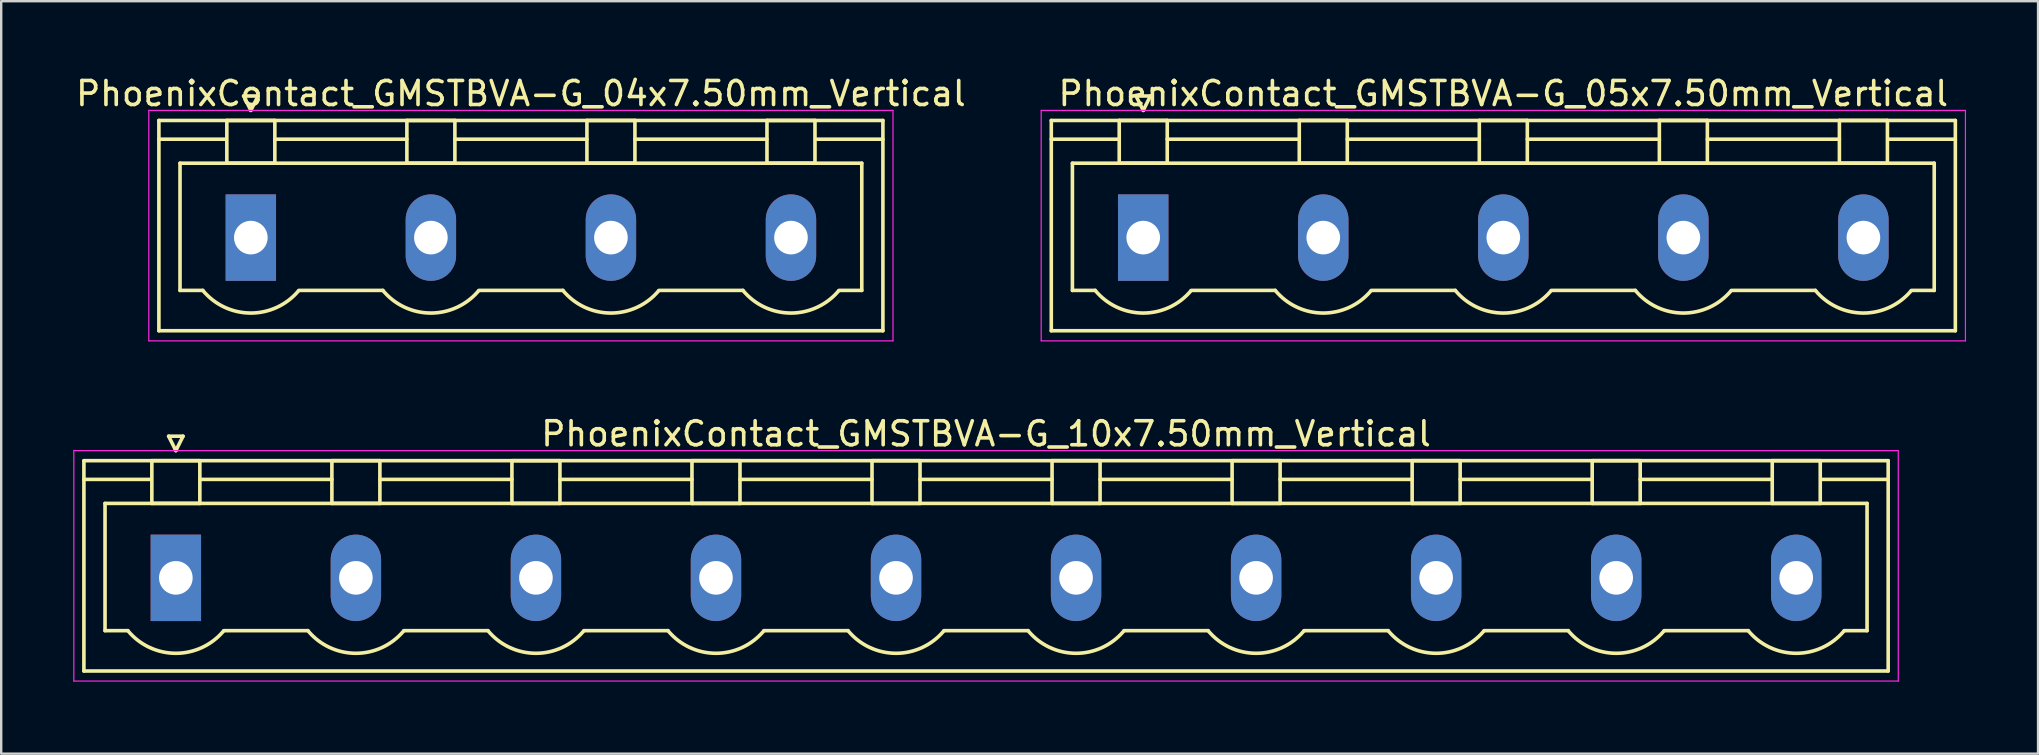
<source format=kicad_pcb>
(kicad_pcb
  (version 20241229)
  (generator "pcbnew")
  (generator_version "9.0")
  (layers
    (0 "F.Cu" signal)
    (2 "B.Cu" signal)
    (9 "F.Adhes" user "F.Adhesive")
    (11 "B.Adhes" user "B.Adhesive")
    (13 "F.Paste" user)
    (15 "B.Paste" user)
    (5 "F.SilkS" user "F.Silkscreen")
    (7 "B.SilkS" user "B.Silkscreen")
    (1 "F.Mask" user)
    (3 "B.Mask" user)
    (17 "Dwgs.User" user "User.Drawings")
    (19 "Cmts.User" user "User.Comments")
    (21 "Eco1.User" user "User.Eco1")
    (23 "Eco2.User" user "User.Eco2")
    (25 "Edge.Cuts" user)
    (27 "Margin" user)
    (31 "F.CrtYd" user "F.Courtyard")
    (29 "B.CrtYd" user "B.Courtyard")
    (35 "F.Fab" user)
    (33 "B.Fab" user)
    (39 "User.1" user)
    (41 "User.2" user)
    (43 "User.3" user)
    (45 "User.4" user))
  (footprint "PhoenixContact_GMSTBVA-G_10x7.50mm_Vertical"
    (layer "F.Cu")
    (at 4.275 21.021)
    (property "Reference" "PhoenixContact_GMSTBVA-G_10x7.50mm_Vertical" (at 33.75 -6 0) (layer "F.SilkS") (effects (font (size 1 1) (thickness 0.15))))
    (attr through_hole)
    (fp_line (start -3.83 -4.88) (end -3.83 3.88) (stroke (width 0.15) (type solid)) (layer "F.SilkS"))
    (fp_line (start -3.83 -4.1) (end -1.08 -4.1) (stroke (width 0.15) (type solid)) (layer "F.SilkS"))
    (fp_line (start -3.83 3.88) (end 71.33 3.88) (stroke (width 0.15) (type solid)) (layer "F.SilkS"))
    (fp_line (start -2.95 -3.1) (end 70.45 -3.1) (stroke (width 0.15) (type solid)) (layer "F.SilkS"))
    (fp_line (start -2.95 2.2) (end -2.95 -3.1) (stroke (width 0.15) (type solid)) (layer "F.SilkS"))
    (fp_line (start -2 2.2) (end -2.95 2.2) (stroke (width 0.15) (type solid)) (layer "F.SilkS"))
    (fp_line (start -1 -4.88) (end 1 -4.88) (stroke (width 0.15) (type solid)) (layer "F.SilkS"))
    (fp_line (start -1 -3.1) (end -1 -4.88) (stroke (width 0.15) (type solid)) (layer "F.SilkS"))
    (fp_line (start -0.3 -5.9) (end 0 -5.3) (stroke (width 0.15) (type solid)) (layer "F.SilkS"))
    (fp_line (start 0 -5.3) (end 0.3 -5.9) (stroke (width 0.15) (type solid)) (layer "F.SilkS"))
    (fp_line (start 0.3 -5.9) (end -0.3 -5.9) (stroke (width 0.15) (type solid)) (layer "F.SilkS"))
    (fp_line (start 1 -4.88) (end 1 -3.1) (stroke (width 0.15) (type solid)) (layer "F.SilkS"))
    (fp_line (start 1 -4.1) (end 6.5 -4.1) (stroke (width 0.15) (type solid)) (layer "F.SilkS"))
    (fp_line (start 1 -3.1) (end -1 -3.1) (stroke (width 0.15) (type solid)) (layer "F.SilkS"))
    (fp_line (start 2 2.2) (end 5.5 2.2) (stroke (width 0.15) (type solid)) (layer "F.SilkS"))
    (fp_line (start 6.5 -4.88) (end 8.5 -4.88) (stroke (width 0.15) (type solid)) (layer "F.SilkS"))
    (fp_line (start 6.5 -3.1) (end 6.5 -4.88) (stroke (width 0.15) (type solid)) (layer "F.SilkS"))
    (fp_line (start 8.5 -4.88) (end 8.5 -3.1) (stroke (width 0.15) (type solid)) (layer "F.SilkS"))
    (fp_line (start 8.5 -4.1) (end 14 -4.1) (stroke (width 0.15) (type solid)) (layer "F.SilkS"))
    (fp_line (start 8.5 -3.1) (end 6.5 -3.1) (stroke (width 0.15) (type solid)) (layer "F.SilkS"))
    (fp_line (start 9.5 2.2) (end 13 2.2) (stroke (width 0.15) (type solid)) (layer "F.SilkS"))
    (fp_line (start 14 -4.88) (end 16 -4.88) (stroke (width 0.15) (type solid)) (layer "F.SilkS"))
    (fp_line (start 14 -3.1) (end 14 -4.88) (stroke (width 0.15) (type solid)) (layer "F.SilkS"))
    (fp_line (start 16 -4.88) (end 16 -3.1) (stroke (width 0.15) (type solid)) (layer "F.SilkS"))
    (fp_line (start 16 -4.1) (end 21.5 -4.1) (stroke (width 0.15) (type solid)) (layer "F.SilkS"))
    (fp_line (start 16 -3.1) (end 14 -3.1) (stroke (width 0.15) (type solid)) (layer "F.SilkS"))
    (fp_line (start 17 2.2) (end 20.5 2.2) (stroke (width 0.15) (type solid)) (layer "F.SilkS"))
    (fp_line (start 21.5 -4.88) (end 23.5 -4.88) (stroke (width 0.15) (type solid)) (layer "F.SilkS"))
    (fp_line (start 21.5 -3.1) (end 21.5 -4.88) (stroke (width 0.15) (type solid)) (layer "F.SilkS"))
    (fp_line (start 23.5 -4.88) (end 23.5 -3.1) (stroke (width 0.15) (type solid)) (layer "F.SilkS"))
    (fp_line (start 23.5 -4.1) (end 29 -4.1) (stroke (width 0.15) (type solid)) (layer "F.SilkS"))
    (fp_line (start 23.5 -3.1) (end 21.5 -3.1) (stroke (width 0.15) (type solid)) (layer "F.SilkS"))
    (fp_line (start 24.5 2.2) (end 28 2.2) (stroke (width 0.15) (type solid)) (layer "F.SilkS"))
    (fp_line (start 29 -4.88) (end 31 -4.88) (stroke (width 0.15) (type solid)) (layer "F.SilkS"))
    (fp_line (start 29 -3.1) (end 29 -4.88) (stroke (width 0.15) (type solid)) (layer "F.SilkS"))
    (fp_line (start 31 -4.88) (end 31 -3.1) (stroke (width 0.15) (type solid)) (layer "F.SilkS"))
    (fp_line (start 31 -4.1) (end 36.5 -4.1) (stroke (width 0.15) (type solid)) (layer "F.SilkS"))
    (fp_line (start 31 -3.1) (end 29 -3.1) (stroke (width 0.15) (type solid)) (layer "F.SilkS"))
    (fp_line (start 32 2.2) (end 35.5 2.2) (stroke (width 0.15) (type solid)) (layer "F.SilkS"))
    (fp_line (start 36.5 -4.88) (end 38.5 -4.88) (stroke (width 0.15) (type solid)) (layer "F.SilkS"))
    (fp_line (start 36.5 -3.1) (end 36.5 -4.88) (stroke (width 0.15) (type solid)) (layer "F.SilkS"))
    (fp_line (start 38.5 -4.88) (end 38.5 -3.1) (stroke (width 0.15) (type solid)) (layer "F.SilkS"))
    (fp_line (start 38.5 -4.1) (end 44 -4.1) (stroke (width 0.15) (type solid)) (layer "F.SilkS"))
    (fp_line (start 38.5 -3.1) (end 36.5 -3.1) (stroke (width 0.15) (type solid)) (layer "F.SilkS"))
    (fp_line (start 39.5 2.2) (end 43 2.2) (stroke (width 0.15) (type solid)) (layer "F.SilkS"))
    (fp_line (start 44 -4.88) (end 46 -4.88) (stroke (width 0.15) (type solid)) (layer "F.SilkS"))
    (fp_line (start 44 -3.1) (end 44 -4.88) (stroke (width 0.15) (type solid)) (layer "F.SilkS"))
    (fp_line (start 46 -4.88) (end 46 -3.1) (stroke (width 0.15) (type solid)) (layer "F.SilkS"))
    (fp_line (start 46 -4.1) (end 51.5 -4.1) (stroke (width 0.15) (type solid)) (layer "F.SilkS"))
    (fp_line (start 46 -3.1) (end 44 -3.1) (stroke (width 0.15) (type solid)) (layer "F.SilkS"))
    (fp_line (start 47 2.2) (end 50.5 2.2) (stroke (width 0.15) (type solid)) (layer "F.SilkS"))
    (fp_line (start 51.5 -4.88) (end 53.5 -4.88) (stroke (width 0.15) (type solid)) (layer "F.SilkS"))
    (fp_line (start 51.5 -3.1) (end 51.5 -4.88) (stroke (width 0.15) (type solid)) (layer "F.SilkS"))
    (fp_line (start 53.5 -4.88) (end 53.5 -3.1) (stroke (width 0.15) (type solid)) (layer "F.SilkS"))
    (fp_line (start 53.5 -4.1) (end 59 -4.1) (stroke (width 0.15) (type solid)) (layer "F.SilkS"))
    (fp_line (start 53.5 -3.1) (end 51.5 -3.1) (stroke (width 0.15) (type solid)) (layer "F.SilkS"))
    (fp_line (start 54.5 2.2) (end 58 2.2) (stroke (width 0.15) (type solid)) (layer "F.SilkS"))
    (fp_line (start 59 -4.88) (end 61 -4.88) (stroke (width 0.15) (type solid)) (layer "F.SilkS"))
    (fp_line (start 59 -3.1) (end 59 -4.88) (stroke (width 0.15) (type solid)) (layer "F.SilkS"))
    (fp_line (start 61 -4.88) (end 61 -3.1) (stroke (width 0.15) (type solid)) (layer "F.SilkS"))
    (fp_line (start 61 -4.1) (end 66.5 -4.1) (stroke (width 0.15) (type solid)) (layer "F.SilkS"))
    (fp_line (start 61 -3.1) (end 59 -3.1) (stroke (width 0.15) (type solid)) (layer "F.SilkS"))
    (fp_line (start 62 2.2) (end 65.5 2.2) (stroke (width 0.15) (type solid)) (layer "F.SilkS"))
    (fp_line (start 66.5 -4.88) (end 68.5 -4.88) (stroke (width 0.15) (type solid)) (layer "F.SilkS"))
    (fp_line (start 66.5 -3.1) (end 66.5 -4.88) (stroke (width 0.15) (type solid)) (layer "F.SilkS"))
    (fp_line (start 68.5 -4.88) (end 68.5 -3.1) (stroke (width 0.15) (type solid)) (layer "F.SilkS"))
    (fp_line (start 68.5 -3.1) (end 66.5 -3.1) (stroke (width 0.15) (type solid)) (layer "F.SilkS"))
    (fp_line (start 70.45 -3.1) (end 70.45 2.2) (stroke (width 0.15) (type solid)) (layer "F.SilkS"))
    (fp_line (start 70.45 2.2) (end 69.5 2.2) (stroke (width 0.15) (type solid)) (layer "F.SilkS"))
    (fp_line (start 71.33 -4.88) (end -3.83 -4.88) (stroke (width 0.15) (type solid)) (layer "F.SilkS"))
    (fp_line (start 71.33 -4.1) (end 68.58 -4.1) (stroke (width 0.15) (type solid)) (layer "F.SilkS"))
    (fp_line (start 71.33 3.88) (end 71.33 -4.88) (stroke (width 0.15) (type solid)) (layer "F.SilkS"))
    (fp_arc (start 1.986842 2.215821) (mid -0.010289 3.142758) (end -2 2.2) (stroke (width 0.15) (type solid)) (layer "F.SilkS"))
    (fp_arc (start 9.486842 2.215821) (mid 7.489711 3.142758) (end 5.5 2.2) (stroke (width 0.15) (type solid)) (layer "F.SilkS"))
    (fp_arc (start 16.986842 2.215821) (mid 14.989711 3.142758) (end 13 2.2) (stroke (width 0.15) (type solid)) (layer "F.SilkS"))
    (fp_arc (start 24.486842 2.215821) (mid 22.489711 3.142758) (end 20.5 2.2) (stroke (width 0.15) (type solid)) (layer "F.SilkS"))
    (fp_arc (start 31.986842 2.215821) (mid 29.989711 3.142758) (end 28 2.2) (stroke (width 0.15) (type solid)) (layer "F.SilkS"))
    (fp_arc (start 39.486842 2.215821) (mid 37.489711 3.142758) (end 35.5 2.2) (stroke (width 0.15) (type solid)) (layer "F.SilkS"))
    (fp_arc (start 46.986842 2.215821) (mid 44.989711 3.142758) (end 43 2.2) (stroke (width 0.15) (type solid)) (layer "F.SilkS"))
    (fp_arc (start 54.486842 2.215821) (mid 52.489711 3.142758) (end 50.5 2.2) (stroke (width 0.15) (type solid)) (layer "F.SilkS"))
    (fp_arc (start 61.986842 2.215821) (mid 59.989711 3.142758) (end 58 2.2) (stroke (width 0.15) (type solid)) (layer "F.SilkS"))
    (fp_arc (start 69.486842 2.215821) (mid 67.489711 3.142758) (end 65.5 2.2) (stroke (width 0.15) (type solid)) (layer "F.SilkS"))
    (fp_line (start -4.25 -5.3) (end -4.25 4.3) (stroke (width 0.05) (type solid)) (layer "F.CrtYd"))
    (fp_line (start -4.25 4.3) (end 71.75 4.3) (stroke (width 0.05) (type solid)) (layer "F.CrtYd"))
    (fp_line (start 71.75 -5.3) (end -4.25 -5.3) (stroke (width 0.05) (type solid)) (layer "F.CrtYd"))
    (fp_line (start 71.75 4.3) (end 71.75 -5.3) (stroke (width 0.05) (type solid)) (layer "F.CrtYd"))
    (pad "1" thru_hole rect (at 0 0) (size 2.1 3.6) (drill 1.4) (layers "*.Cu" "*.Mask"))
    (pad "2" thru_hole oval (at 7.5 0) (size 2.1 3.6) (drill 1.4) (layers "*.Cu" "*.Mask"))
    (pad "3" thru_hole oval (at 15 0) (size 2.1 3.6) (drill 1.4) (layers "*.Cu" "*.Mask"))
    (pad "4" thru_hole oval (at 22.5 0) (size 2.1 3.6) (drill 1.4) (layers "*.Cu" "*.Mask"))
    (pad "5" thru_hole oval (at 30 0) (size 2.1 3.6) (drill 1.4) (layers "*.Cu" "*.Mask"))
    (pad "6" thru_hole oval (at 37.5 0) (size 2.1 3.6) (drill 1.4) (layers "*.Cu" "*.Mask"))
    (pad "7" thru_hole oval (at 45 0) (size 2.1 3.6) (drill 1.4) (layers "*.Cu" "*.Mask"))
    (pad "8" thru_hole oval (at 52.5 0) (size 2.1 3.6) (drill 1.4) (layers "*.Cu" "*.Mask"))
    (pad "9" thru_hole oval (at 60 0) (size 2.1 3.6) (drill 1.4) (layers "*.Cu" "*.Mask"))
    (pad "10" thru_hole oval (at 67.5 0) (size 2.1 3.6) (drill 1.4) (layers "*.Cu" "*.Mask")))
  (footprint "PhoenixContact_GMSTBVA-G_04x7.50mm_Vertical"
    (layer "F.Cu")
    (at 7.399 6.848)
    (property "Reference" "PhoenixContact_GMSTBVA-G_04x7.50mm_Vertical" (at 11.25 -6 0) (layer "F.SilkS") (effects (font (size 1 1) (thickness 0.15))))
    (attr through_hole)
    (fp_line (start -3.83 -4.88) (end -3.83 3.88) (stroke (width 0.15) (type solid)) (layer "F.SilkS"))
    (fp_line (start -3.83 -4.1) (end -1.08 -4.1) (stroke (width 0.15) (type solid)) (layer "F.SilkS"))
    (fp_line (start -3.83 3.88) (end 26.33 3.88) (stroke (width 0.15) (type solid)) (layer "F.SilkS"))
    (fp_line (start -2.95 -3.1) (end 25.45 -3.1) (stroke (width 0.15) (type solid)) (layer "F.SilkS"))
    (fp_line (start -2.95 2.2) (end -2.95 -3.1) (stroke (width 0.15) (type solid)) (layer "F.SilkS"))
    (fp_line (start -2 2.2) (end -2.95 2.2) (stroke (width 0.15) (type solid)) (layer "F.SilkS"))
    (fp_line (start -1 -4.88) (end 1 -4.88) (stroke (width 0.15) (type solid)) (layer "F.SilkS"))
    (fp_line (start -1 -3.1) (end -1 -4.88) (stroke (width 0.15) (type solid)) (layer "F.SilkS"))
    (fp_line (start -0.3 -5.9) (end 0 -5.3) (stroke (width 0.15) (type solid)) (layer "F.SilkS"))
    (fp_line (start 0 -5.3) (end 0.3 -5.9) (stroke (width 0.15) (type solid)) (layer "F.SilkS"))
    (fp_line (start 0.3 -5.9) (end -0.3 -5.9) (stroke (width 0.15) (type solid)) (layer "F.SilkS"))
    (fp_line (start 1 -4.88) (end 1 -3.1) (stroke (width 0.15) (type solid)) (layer "F.SilkS"))
    (fp_line (start 1 -4.1) (end 6.5 -4.1) (stroke (width 0.15) (type solid)) (layer "F.SilkS"))
    (fp_line (start 1 -3.1) (end -1 -3.1) (stroke (width 0.15) (type solid)) (layer "F.SilkS"))
    (fp_line (start 2 2.2) (end 5.5 2.2) (stroke (width 0.15) (type solid)) (layer "F.SilkS"))
    (fp_line (start 6.5 -4.88) (end 8.5 -4.88) (stroke (width 0.15) (type solid)) (layer "F.SilkS"))
    (fp_line (start 6.5 -3.1) (end 6.5 -4.88) (stroke (width 0.15) (type solid)) (layer "F.SilkS"))
    (fp_line (start 8.5 -4.88) (end 8.5 -3.1) (stroke (width 0.15) (type solid)) (layer "F.SilkS"))
    (fp_line (start 8.5 -4.1) (end 14 -4.1) (stroke (width 0.15) (type solid)) (layer "F.SilkS"))
    (fp_line (start 8.5 -3.1) (end 6.5 -3.1) (stroke (width 0.15) (type solid)) (layer "F.SilkS"))
    (fp_line (start 9.5 2.2) (end 13 2.2) (stroke (width 0.15) (type solid)) (layer "F.SilkS"))
    (fp_line (start 14 -4.88) (end 16 -4.88) (stroke (width 0.15) (type solid)) (layer "F.SilkS"))
    (fp_line (start 14 -3.1) (end 14 -4.88) (stroke (width 0.15) (type solid)) (layer "F.SilkS"))
    (fp_line (start 16 -4.88) (end 16 -3.1) (stroke (width 0.15) (type solid)) (layer "F.SilkS"))
    (fp_line (start 16 -4.1) (end 21.5 -4.1) (stroke (width 0.15) (type solid)) (layer "F.SilkS"))
    (fp_line (start 16 -3.1) (end 14 -3.1) (stroke (width 0.15) (type solid)) (layer "F.SilkS"))
    (fp_line (start 17 2.2) (end 20.5 2.2) (stroke (width 0.15) (type solid)) (layer "F.SilkS"))
    (fp_line (start 21.5 -4.88) (end 23.5 -4.88) (stroke (width 0.15) (type solid)) (layer "F.SilkS"))
    (fp_line (start 21.5 -3.1) (end 21.5 -4.88) (stroke (width 0.15) (type solid)) (layer "F.SilkS"))
    (fp_line (start 23.5 -4.88) (end 23.5 -3.1) (stroke (width 0.15) (type solid)) (layer "F.SilkS"))
    (fp_line (start 23.5 -3.1) (end 21.5 -3.1) (stroke (width 0.15) (type solid)) (layer "F.SilkS"))
    (fp_line (start 25.45 -3.1) (end 25.45 2.2) (stroke (width 0.15) (type solid)) (layer "F.SilkS"))
    (fp_line (start 25.45 2.2) (end 24.5 2.2) (stroke (width 0.15) (type solid)) (layer "F.SilkS"))
    (fp_line (start 26.33 -4.88) (end -3.83 -4.88) (stroke (width 0.15) (type solid)) (layer "F.SilkS"))
    (fp_line (start 26.33 -4.1) (end 23.58 -4.1) (stroke (width 0.15) (type solid)) (layer "F.SilkS"))
    (fp_line (start 26.33 3.88) (end 26.33 -4.88) (stroke (width 0.15) (type solid)) (layer "F.SilkS"))
    (fp_arc (start 1.986842 2.215821) (mid -0.010289 3.142758) (end -2 2.2) (stroke (width 0.15) (type solid)) (layer "F.SilkS"))
    (fp_arc (start 9.486842 2.215821) (mid 7.489711 3.142758) (end 5.5 2.2) (stroke (width 0.15) (type solid)) (layer "F.SilkS"))
    (fp_arc (start 16.986842 2.215821) (mid 14.989711 3.142758) (end 13 2.2) (stroke (width 0.15) (type solid)) (layer "F.SilkS"))
    (fp_arc (start 24.486842 2.215821) (mid 22.489711 3.142758) (end 20.5 2.2) (stroke (width 0.15) (type solid)) (layer "F.SilkS"))
    (fp_line (start -4.25 -5.3) (end -4.25 4.3) (stroke (width 0.05) (type solid)) (layer "F.CrtYd"))
    (fp_line (start -4.25 4.3) (end 26.75 4.3) (stroke (width 0.05) (type solid)) (layer "F.CrtYd"))
    (fp_line (start 26.75 -5.3) (end -4.25 -5.3) (stroke (width 0.05) (type solid)) (layer "F.CrtYd"))
    (fp_line (start 26.75 4.3) (end 26.75 -5.3) (stroke (width 0.05) (type solid)) (layer "F.CrtYd"))
    (pad "1" thru_hole rect (at 0 0) (size 2.1 3.6) (drill 1.4) (layers "*.Cu" "*.Mask"))
    (pad "2" thru_hole oval (at 7.5 0) (size 2.1 3.6) (drill 1.4) (layers "*.Cu" "*.Mask"))
    (pad "3" thru_hole oval (at 15 0) (size 2.1 3.6) (drill 1.4) (layers "*.Cu" "*.Mask"))
    (pad "4" thru_hole oval (at 22.5 0) (size 2.1 3.6) (drill 1.4) (layers "*.Cu" "*.Mask")))
  (footprint "PhoenixContact_GMSTBVA-G_05x7.50mm_Vertical"
    (layer "F.Cu")
    (at 44.573 6.848)
    (property "Reference" "PhoenixContact_GMSTBVA-G_05x7.50mm_Vertical" (at 15 -6 0) (layer "F.SilkS") (effects (font (size 1 1) (thickness 0.15))))
    (attr through_hole)
    (fp_line (start -3.83 -4.88) (end -3.83 3.88) (stroke (width 0.15) (type solid)) (layer "F.SilkS"))
    (fp_line (start -3.83 -4.1) (end -1.08 -4.1) (stroke (width 0.15) (type solid)) (layer "F.SilkS"))
    (fp_line (start -3.83 3.88) (end 33.83 3.88) (stroke (width 0.15) (type solid)) (layer "F.SilkS"))
    (fp_line (start -2.95 -3.1) (end 32.95 -3.1) (stroke (width 0.15) (type solid)) (layer "F.SilkS"))
    (fp_line (start -2.95 2.2) (end -2.95 -3.1) (stroke (width 0.15) (type solid)) (layer "F.SilkS"))
    (fp_line (start -2 2.2) (end -2.95 2.2) (stroke (width 0.15) (type solid)) (layer "F.SilkS"))
    (fp_line (start -1 -4.88) (end 1 -4.88) (stroke (width 0.15) (type solid)) (layer "F.SilkS"))
    (fp_line (start -1 -3.1) (end -1 -4.88) (stroke (width 0.15) (type solid)) (layer "F.SilkS"))
    (fp_line (start -0.3 -5.9) (end 0 -5.3) (stroke (width 0.15) (type solid)) (layer "F.SilkS"))
    (fp_line (start 0 -5.3) (end 0.3 -5.9) (stroke (width 0.15) (type solid)) (layer "F.SilkS"))
    (fp_line (start 0.3 -5.9) (end -0.3 -5.9) (stroke (width 0.15) (type solid)) (layer "F.SilkS"))
    (fp_line (start 1 -4.88) (end 1 -3.1) (stroke (width 0.15) (type solid)) (layer "F.SilkS"))
    (fp_line (start 1 -4.1) (end 6.5 -4.1) (stroke (width 0.15) (type solid)) (layer "F.SilkS"))
    (fp_line (start 1 -3.1) (end -1 -3.1) (stroke (width 0.15) (type solid)) (layer "F.SilkS"))
    (fp_line (start 2 2.2) (end 5.5 2.2) (stroke (width 0.15) (type solid)) (layer "F.SilkS"))
    (fp_line (start 6.5 -4.88) (end 8.5 -4.88) (stroke (width 0.15) (type solid)) (layer "F.SilkS"))
    (fp_line (start 6.5 -3.1) (end 6.5 -4.88) (stroke (width 0.15) (type solid)) (layer "F.SilkS"))
    (fp_line (start 8.5 -4.88) (end 8.5 -3.1) (stroke (width 0.15) (type solid)) (layer "F.SilkS"))
    (fp_line (start 8.5 -4.1) (end 14 -4.1) (stroke (width 0.15) (type solid)) (layer "F.SilkS"))
    (fp_line (start 8.5 -3.1) (end 6.5 -3.1) (stroke (width 0.15) (type solid)) (layer "F.SilkS"))
    (fp_line (start 9.5 2.2) (end 13 2.2) (stroke (width 0.15) (type solid)) (layer "F.SilkS"))
    (fp_line (start 14 -4.88) (end 16 -4.88) (stroke (width 0.15) (type solid)) (layer "F.SilkS"))
    (fp_line (start 14 -3.1) (end 14 -4.88) (stroke (width 0.15) (type solid)) (layer "F.SilkS"))
    (fp_line (start 16 -4.88) (end 16 -3.1) (stroke (width 0.15) (type solid)) (layer "F.SilkS"))
    (fp_line (start 16 -4.1) (end 21.5 -4.1) (stroke (width 0.15) (type solid)) (layer "F.SilkS"))
    (fp_line (start 16 -3.1) (end 14 -3.1) (stroke (width 0.15) (type solid)) (layer "F.SilkS"))
    (fp_line (start 17 2.2) (end 20.5 2.2) (stroke (width 0.15) (type solid)) (layer "F.SilkS"))
    (fp_line (start 21.5 -4.88) (end 23.5 -4.88) (stroke (width 0.15) (type solid)) (layer "F.SilkS"))
    (fp_line (start 21.5 -3.1) (end 21.5 -4.88) (stroke (width 0.15) (type solid)) (layer "F.SilkS"))
    (fp_line (start 23.5 -4.88) (end 23.5 -3.1) (stroke (width 0.15) (type solid)) (layer "F.SilkS"))
    (fp_line (start 23.5 -4.1) (end 29 -4.1) (stroke (width 0.15) (type solid)) (layer "F.SilkS"))
    (fp_line (start 23.5 -3.1) (end 21.5 -3.1) (stroke (width 0.15) (type solid)) (layer "F.SilkS"))
    (fp_line (start 24.5 2.2) (end 28 2.2) (stroke (width 0.15) (type solid)) (layer "F.SilkS"))
    (fp_line (start 29 -4.88) (end 31 -4.88) (stroke (width 0.15) (type solid)) (layer "F.SilkS"))
    (fp_line (start 29 -3.1) (end 29 -4.88) (stroke (width 0.15) (type solid)) (layer "F.SilkS"))
    (fp_line (start 31 -4.88) (end 31 -3.1) (stroke (width 0.15) (type solid)) (layer "F.SilkS"))
    (fp_line (start 31 -3.1) (end 29 -3.1) (stroke (width 0.15) (type solid)) (layer "F.SilkS"))
    (fp_line (start 32.95 -3.1) (end 32.95 2.2) (stroke (width 0.15) (type solid)) (layer "F.SilkS"))
    (fp_line (start 32.95 2.2) (end 32 2.2) (stroke (width 0.15) (type solid)) (layer "F.SilkS"))
    (fp_line (start 33.83 -4.88) (end -3.83 -4.88) (stroke (width 0.15) (type solid)) (layer "F.SilkS"))
    (fp_line (start 33.83 -4.1) (end 31.08 -4.1) (stroke (width 0.15) (type solid)) (layer "F.SilkS"))
    (fp_line (start 33.83 3.88) (end 33.83 -4.88) (stroke (width 0.15) (type solid)) (layer "F.SilkS"))
    (fp_arc (start 1.986842 2.215821) (mid -0.010289 3.142758) (end -2 2.2) (stroke (width 0.15) (type solid)) (layer "F.SilkS"))
    (fp_arc (start 9.486842 2.215821) (mid 7.489711 3.142758) (end 5.5 2.2) (stroke (width 0.15) (type solid)) (layer "F.SilkS"))
    (fp_arc (start 16.986842 2.215821) (mid 14.989711 3.142758) (end 13 2.2) (stroke (width 0.15) (type solid)) (layer "F.SilkS"))
    (fp_arc (start 24.486842 2.215821) (mid 22.489711 3.142758) (end 20.5 2.2) (stroke (width 0.15) (type solid)) (layer "F.SilkS"))
    (fp_arc (start 31.986842 2.215821) (mid 29.989711 3.142758) (end 28 2.2) (stroke (width 0.15) (type solid)) (layer "F.SilkS"))
    (fp_line (start -4.25 -5.3) (end -4.25 4.3) (stroke (width 0.05) (type solid)) (layer "F.CrtYd"))
    (fp_line (start -4.25 4.3) (end 34.25 4.3) (stroke (width 0.05) (type solid)) (layer "F.CrtYd"))
    (fp_line (start 34.25 -5.3) (end -4.25 -5.3) (stroke (width 0.05) (type solid)) (layer "F.CrtYd"))
    (fp_line (start 34.25 4.3) (end 34.25 -5.3) (stroke (width 0.05) (type solid)) (layer "F.CrtYd"))
    (pad "1" thru_hole rect (at 0 0) (size 2.1 3.6) (drill 1.4) (layers "*.Cu" "*.Mask"))
    (pad "2" thru_hole oval (at 7.5 0) (size 2.1 3.6) (drill 1.4) (layers "*.Cu" "*.Mask"))
    (pad "3" thru_hole oval (at 15 0) (size 2.1 3.6) (drill 1.4) (layers "*.Cu" "*.Mask"))
    (pad "4" thru_hole oval (at 22.5 0) (size 2.1 3.6) (drill 1.4) (layers "*.Cu" "*.Mask"))
    (pad "5" thru_hole oval (at 30 0) (size 2.1 3.6) (drill 1.4) (layers "*.Cu" "*.Mask")))
  (gr_rect
    (start -3 -3)
    (end 81.848 28.346)
    (stroke (width 0.1) (type default))
    (fill no)
    (layer "Edge.Cuts")))
</source>
